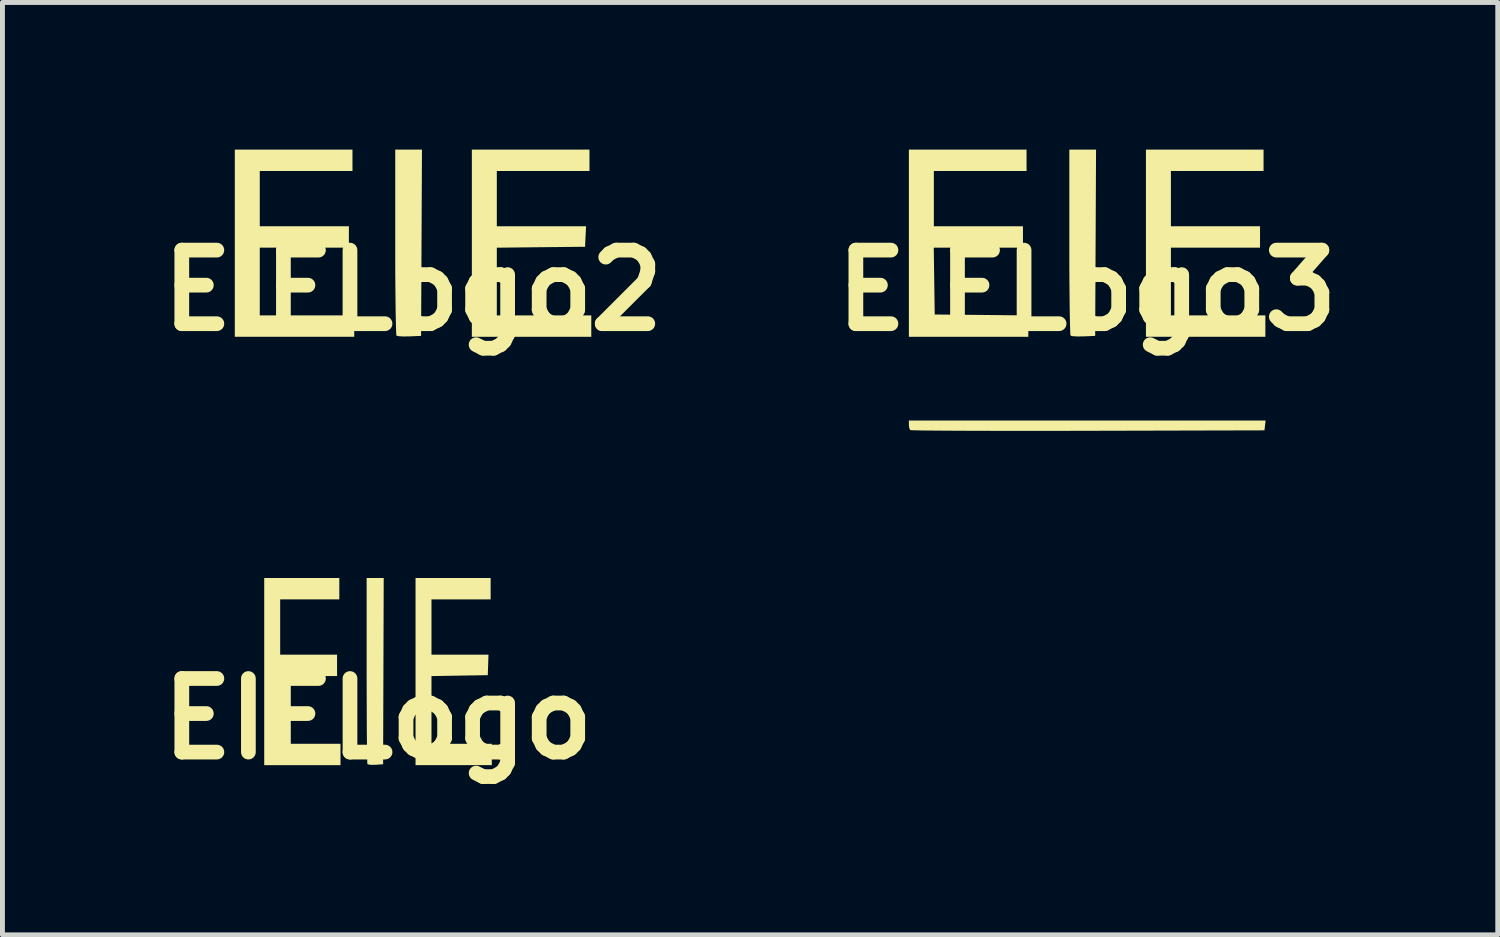
<source format=kicad_pcb>
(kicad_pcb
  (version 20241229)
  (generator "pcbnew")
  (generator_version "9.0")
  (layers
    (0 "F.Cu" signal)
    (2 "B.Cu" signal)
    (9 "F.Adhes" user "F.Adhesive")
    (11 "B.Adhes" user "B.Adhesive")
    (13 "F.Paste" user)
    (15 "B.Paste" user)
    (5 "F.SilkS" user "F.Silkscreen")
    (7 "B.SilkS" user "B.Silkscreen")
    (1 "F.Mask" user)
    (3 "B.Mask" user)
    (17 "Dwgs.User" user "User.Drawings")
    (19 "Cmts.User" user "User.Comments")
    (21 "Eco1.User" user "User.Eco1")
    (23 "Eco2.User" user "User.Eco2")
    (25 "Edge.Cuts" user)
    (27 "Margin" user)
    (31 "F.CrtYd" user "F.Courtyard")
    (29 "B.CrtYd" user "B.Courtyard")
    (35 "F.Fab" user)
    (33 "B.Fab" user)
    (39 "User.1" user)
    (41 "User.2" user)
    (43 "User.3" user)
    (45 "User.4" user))
  (footprint "EIELogo"
    (layer "F.Cu")
    (at 4.657 11.605)
    (property "Reference" "EIELogo" (at 0 0 0) (layer "F.SilkS") (effects (font (size 1.5 1.5) (thickness 0.3))))
    (attr board_only exclude_from_pos_files exclude_from_bom)
    (fp_poly (pts (xy 0.11 -0.972) (xy 0.104 0.927) (xy -0.047 0.937) (xy -0.128 0.939) (xy -0.188 0.933) (xy -0.216 0.922) (xy -0.219 0.882) (xy -0.222 0.776) (xy -0.224 0.611) (xy -0.227 0.394) (xy -0.229 0.132) (xy -0.23 -0.169) (xy -0.231 -0.501) (xy -0.232 -0.857) (xy -0.232 -0.987) (xy -0.232 -2.871) (xy -0.058 -2.871) (xy 0.116 -2.871)) (stroke (width 0) (type solid)) (fill yes) (layer "F.SilkS"))
    (fp_poly (pts (xy -0.789 -2.653) (xy -0.789 -2.435) (xy -1.392 -2.435) (xy -1.995 -2.435) (xy -1.995 -1.871) (xy -1.995 -1.308) (xy -1.415 -1.308) (xy -0.835 -1.308) (xy -0.835 -1.09) (xy -0.835 -0.872) (xy -1.415 -0.872) (xy -1.995 -0.872) (xy -1.995 -0.182) (xy -1.995 0.509) (xy -1.38 0.509) (xy -0.765 0.509) (xy -0.765 0.727) (xy -0.765 0.945) (xy -1.543 0.945) (xy -2.32 0.945) (xy -2.32 -0.963) (xy -2.32 -2.871) (xy -1.554 -2.871) (xy -0.789 -2.871)) (stroke (width 0) (type solid)) (fill yes) (layer "F.SilkS"))
    (fp_poly (pts (xy 2.296 -2.653) (xy 2.296 -2.435) (xy 1.693 -2.435) (xy 1.09 -2.435) (xy 1.09 -1.871) (xy 1.09 -1.308) (xy 1.671 -1.308) (xy 2.252 -1.308) (xy 2.245 -1.099) (xy 2.238 -0.89) (xy 1.664 -0.881) (xy 1.09 -0.871) (xy 1.09 -0.181) (xy 1.09 0.509) (xy 1.705 0.509) (xy 2.32 0.509) (xy 2.32 0.727) (xy 2.32 0.945) (xy 1.543 0.945) (xy 0.765 0.945) (xy 0.765 -0.963) (xy 0.765 -2.871) (xy 1.531 -2.871) (xy 2.296 -2.871)) (stroke (width 0) (type solid)) (fill yes) (layer "F.SilkS")))
  (footprint "EIELogo3"
    (layer "F.Cu")
    (at 19.114 2.871)
    (property "Reference" "EIELogo3" (at 0 0 0) (layer "F.SilkS") (effects (font (size 1.5 1.5) (thickness 0.3))))
    (attr board_only exclude_from_pos_files exclude_from_bom)
    (fp_poly (pts (xy 0.173 -0.972) (xy 0.164 0.927) (xy -0.074 0.937) (xy -0.2 0.939) (xy -0.295 0.933) (xy -0.338 0.922) (xy -0.343 0.882) (xy -0.347 0.776) (xy -0.351 0.611) (xy -0.355 0.394) (xy -0.358 0.132) (xy -0.361 -0.169) (xy -0.363 -0.501) (xy -0.363 -0.857) (xy -0.363 -0.987) (xy -0.363 -2.871) (xy -0.091 -2.871) (xy 0.182 -2.871)) (stroke (width 0) (type solid)) (fill yes) (layer "F.SilkS"))
    (fp_poly (pts (xy 3.627 2.753) (xy 3.616 2.853) (xy 0.015 2.862) (xy -0.49 2.863) (xy -0.975 2.863) (xy -1.434 2.863) (xy -1.863 2.863) (xy -2.256 2.862) (xy -2.609 2.861) (xy -2.917 2.859) (xy -3.174 2.857) (xy -3.377 2.855) (xy -3.519 2.852) (xy -3.596 2.849) (xy -3.609 2.847) (xy -3.629 2.794) (xy -3.634 2.737) (xy -3.634 2.653) (xy 0.002 2.653) (xy 3.639 2.653)) (stroke (width 0) (type solid)) (fill yes) (layer "F.SilkS"))
    (fp_poly (pts (xy -1.235 -2.653) (xy -1.235 -2.435) (xy -2.18 -2.435) (xy -3.125 -2.435) (xy -3.125 -1.871) (xy -3.125 -1.308) (xy -2.217 -1.308) (xy -1.308 -1.308) (xy -1.308 -1.09) (xy -1.308 -0.872) (xy -2.217 -0.872) (xy -3.127 -0.872) (xy -3.117 -0.191) (xy -3.107 0.491) (xy -2.153 0.5) (xy -1.199 0.51) (xy -1.199 0.727) (xy -1.199 0.945) (xy -2.416 0.945) (xy -3.634 0.945) (xy -3.634 -0.963) (xy -3.634 -2.871) (xy -2.435 -2.871) (xy -1.235 -2.871)) (stroke (width 0) (type solid)) (fill yes) (layer "F.SilkS"))
    (fp_poly (pts (xy 3.597 -2.653) (xy 3.597 -2.435) (xy 2.653 -2.435) (xy 1.708 -2.435) (xy 1.708 -1.871) (xy 1.708 -1.308) (xy 2.616 -1.308) (xy 3.525 -1.308) (xy 3.525 -1.09) (xy 3.525 -0.872) (xy 2.616 -0.872) (xy 1.708 -0.872) (xy 1.708 -0.182) (xy 1.708 0.509) (xy 2.671 0.509) (xy 3.634 0.509) (xy 3.634 0.727) (xy 3.634 0.945) (xy 2.416 0.945) (xy 1.199 0.945) (xy 1.199 -0.963) (xy 1.199 -2.871) (xy 2.398 -2.871) (xy 3.597 -2.871)) (stroke (width 0) (type solid)) (fill yes) (layer "F.SilkS")))
  (footprint "EIELogo2"
    (layer "F.Cu")
    (at 5.371 2.871)
    (property "Reference" "EIELogo2" (at 0 0 0) (layer "F.SilkS") (effects (font (size 1.5 1.5) (thickness 0.3))))
    (attr board_only exclude_from_pos_files exclude_from_bom)
    (fp_poly (pts (xy 0.173 -0.972) (xy 0.164 0.927) (xy -0.074 0.937) (xy -0.2 0.939) (xy -0.295 0.933) (xy -0.338 0.922) (xy -0.343 0.882) (xy -0.347 0.776) (xy -0.351 0.611) (xy -0.355 0.394) (xy -0.358 0.132) (xy -0.361 -0.169) (xy -0.363 -0.501) (xy -0.363 -0.857) (xy -0.363 -0.987) (xy -0.363 -2.871) (xy -0.091 -2.871) (xy 0.182 -2.871)) (stroke (width 0) (type solid)) (fill yes) (layer "F.SilkS"))
    (fp_poly (pts (xy -1.235 -2.653) (xy -1.235 -2.435) (xy -2.18 -2.435) (xy -3.125 -2.435) (xy -3.125 -1.871) (xy -3.125 -1.308) (xy -2.217 -1.308) (xy -1.308 -1.308) (xy -1.308 -1.09) (xy -1.308 -0.872) (xy -2.217 -0.872) (xy -3.125 -0.872) (xy -3.125 -0.182) (xy -3.125 0.509) (xy -2.162 0.509) (xy -1.199 0.509) (xy -1.199 0.727) (xy -1.199 0.945) (xy -2.416 0.945) (xy -3.634 0.945) (xy -3.634 -0.963) (xy -3.634 -2.871) (xy -2.435 -2.871) (xy -1.235 -2.871)) (stroke (width 0) (type solid)) (fill yes) (layer "F.SilkS"))
    (fp_poly (pts (xy 3.597 -2.653) (xy 3.597 -2.435) (xy 2.653 -2.435) (xy 1.708 -2.435) (xy 1.708 -1.871) (xy 1.708 -1.308) (xy 2.618 -1.308) (xy 3.528 -1.308) (xy 3.517 -1.099) (xy 3.507 -0.89) (xy 2.607 -0.881) (xy 1.708 -0.871) (xy 1.708 -0.181) (xy 1.708 0.509) (xy 2.671 0.509) (xy 3.634 0.509) (xy 3.634 0.727) (xy 3.634 0.945) (xy 2.416 0.945) (xy 1.199 0.945) (xy 1.199 -0.963) (xy 1.199 -2.871) (xy 2.398 -2.871) (xy 3.597 -2.871)) (stroke (width 0) (type solid)) (fill yes) (layer "F.SilkS")))
  (gr_rect
    (start -3 -3)
    (end 27.486 16.009)
    (stroke (width 0.1) (type default))
    (fill no)
    (layer "Edge.Cuts")))
</source>
